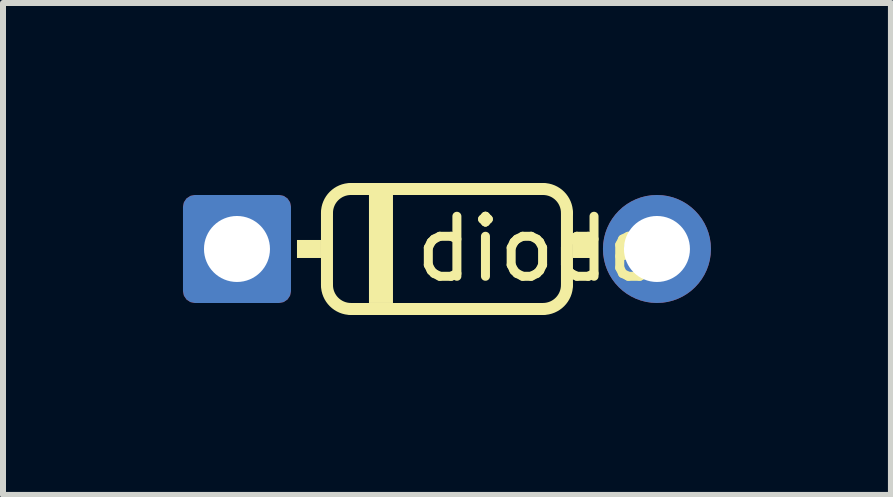
<source format=kicad_pcb>
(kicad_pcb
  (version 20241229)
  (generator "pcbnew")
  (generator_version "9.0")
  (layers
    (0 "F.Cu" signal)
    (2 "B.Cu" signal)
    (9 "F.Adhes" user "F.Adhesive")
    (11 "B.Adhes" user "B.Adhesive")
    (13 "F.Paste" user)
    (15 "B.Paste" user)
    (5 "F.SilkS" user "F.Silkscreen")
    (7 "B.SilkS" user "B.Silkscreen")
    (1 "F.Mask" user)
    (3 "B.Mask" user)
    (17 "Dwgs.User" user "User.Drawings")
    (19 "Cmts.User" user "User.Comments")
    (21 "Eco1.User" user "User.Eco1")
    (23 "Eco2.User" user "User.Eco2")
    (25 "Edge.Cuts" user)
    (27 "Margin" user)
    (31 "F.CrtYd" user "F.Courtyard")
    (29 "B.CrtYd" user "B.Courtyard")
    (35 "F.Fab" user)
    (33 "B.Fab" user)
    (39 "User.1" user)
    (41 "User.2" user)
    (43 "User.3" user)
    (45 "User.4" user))
  (footprint "diode"
    (layer "F.Cu")
    (at 0.9 1.1)
    (property "Reference" "diode" (at 2.9 0 0) (layer "F.SilkS") (effects (font (size 1 1) (thickness 0.15)) (justify left)))
    (attr through_hole)
    (fp_line (start 1.5 -0.6) (end 1.5 0.6) (stroke (width 0.2) (type solid)) (layer "F.SilkS"))
    (fp_line (start 1.9 -1) (end 5.1 -1) (stroke (width 0.2) (type solid)) (layer "F.SilkS"))
    (fp_line (start 1.9 1) (end 5.1 1) (stroke (width 0.2) (type solid)) (layer "F.SilkS"))
    (fp_line (start 5.5 -0.6) (end 5.5 0.6) (stroke (width 0.2) (type solid)) (layer "F.SilkS"))
    (fp_arc (start 1.5 -0.6) (mid 1.617157 -0.882843) (end 1.9 -1) (stroke (width 0.2) (type solid)) (layer "F.SilkS"))
    (fp_arc (start 1.9 1) (mid 1.617157 0.882843) (end 1.5 0.6) (stroke (width 0.2) (type solid)) (layer "F.SilkS"))
    (fp_arc (start 5.1 -1) (mid 5.382843 -0.882843) (end 5.5 -0.6) (stroke (width 0.2) (type solid)) (layer "F.SilkS"))
    (fp_arc (start 5.5 0.6) (mid 5.382843 0.882843) (end 5.1 1) (stroke (width 0.2) (type solid)) (layer "F.SilkS"))
    (fp_poly (pts (xy 1 -0.15) (xy 1.4 -0.15) (xy 1.4 0.15) (xy 1 0.15)) (stroke (width 0) (type solid)) (fill yes) (layer "F.SilkS"))
    (fp_poly (pts (xy 2.6 -0.9) (xy 2.6 0.9) (xy 2.2 0.9) (xy 2.2 -0.9)) (stroke (width 0) (type solid)) (fill yes) (layer "F.SilkS"))
    (fp_poly (pts (xy 5.6 -0.15) (xy 6 -0.15) (xy 6 0.15) (xy 5.6 0.15)) (stroke (width 0) (type solid)) (fill yes) (layer "F.SilkS"))
    (pad "1" thru_hole roundrect (at 0 0) (size 1.8 1.8) (drill 1.1) (layers "*.Cu" "*.Mask") (roundrect_rratio 0.111))
    (pad "2" thru_hole circle (at 7 0) (size 1.8 1.8) (drill 1.1) (layers "*.Cu" "*.Mask")))
  (gr_rect
    (start -3 -3)
    (end 11.8 5.2)
    (stroke (width 0.1) (type default))
    (fill no)
    (layer "Edge.Cuts")))
</source>
